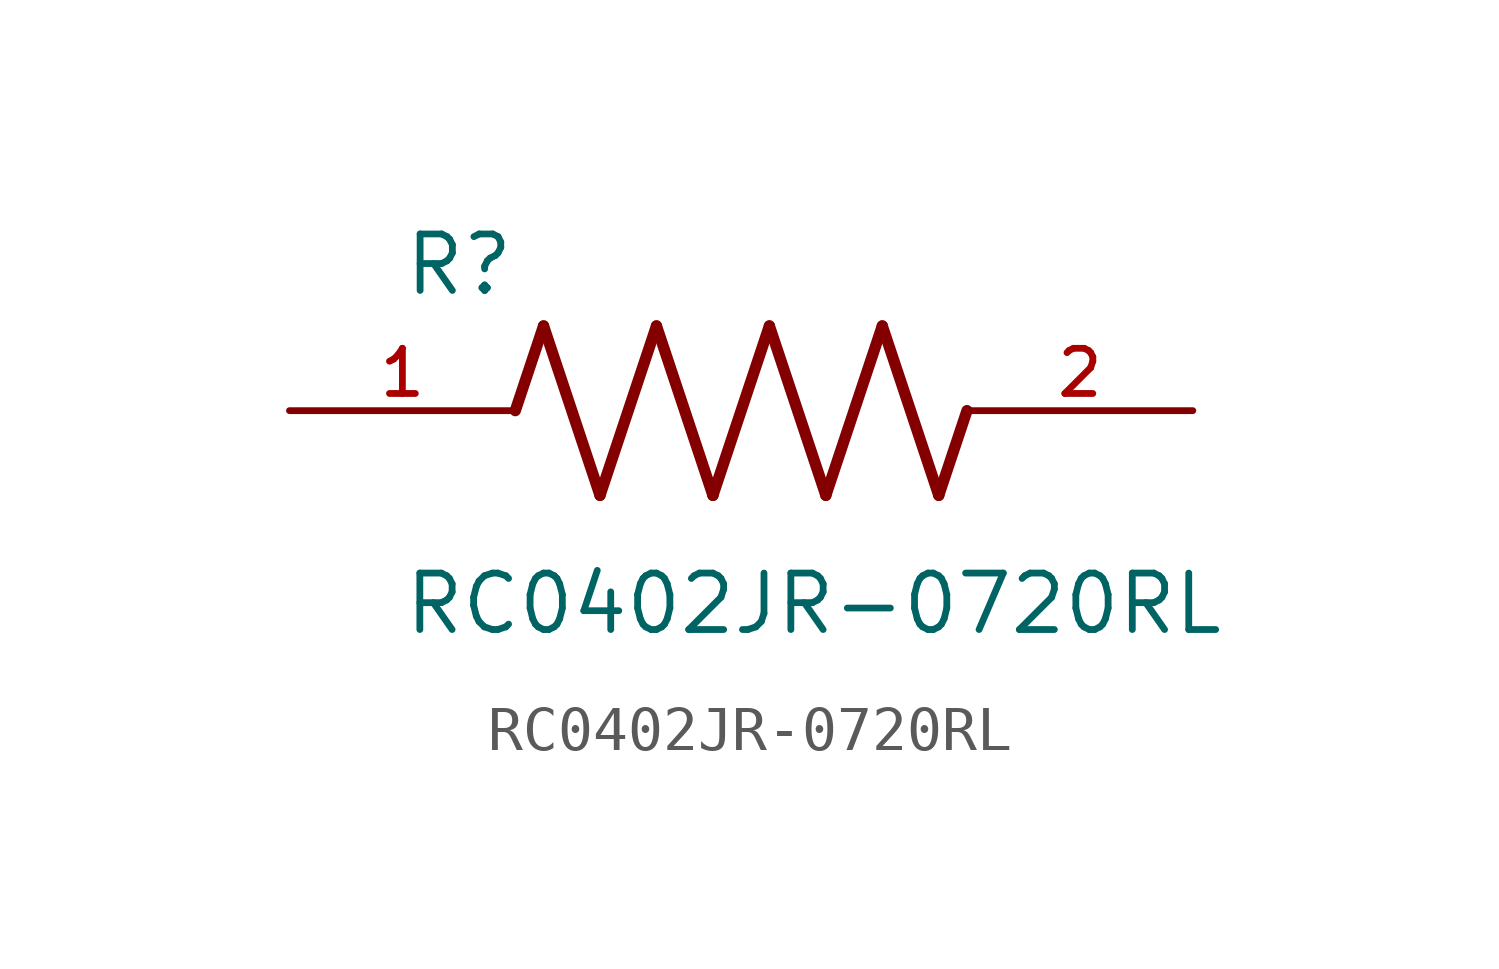
<source format=kicad_sym>
(kicad_symbol_lib
  (version 20211014)
  (generator kicad_symbol_editor)
  (symbol "RC0402JR-0720RL"
    (pin_names
      (offset 1.016))
    (property "Reference" "R"
      (at -7.624 2.541 0)
      (effects (font (size 1.27 1.27)) (justify bottom left)))
    (property "Value" "RC0402JR-0720RL"
      (at -7.63 -5.087 0)
      (effects (font (size 1.27 1.27)) (justify bottom left)))
    (symbol "RC0402JR-0720RL_0_0"
      (polyline (pts (xy -5.08 0.0) (xy -4.445 1.905)) (stroke (width 0.254)))
      (polyline (pts (xy -4.445 1.905) (xy -3.175 -1.905)) (stroke (width 0.254)))
      (polyline (pts (xy -3.175 -1.905) (xy -1.905 1.905)) (stroke (width 0.254)))
      (polyline (pts (xy -1.905 1.905) (xy -0.635 -1.905)) (stroke (width 0.254)))
      (polyline (pts (xy -0.635 -1.905) (xy 0.635 1.905)) (stroke (width 0.254)))
      (polyline (pts (xy 0.635 1.905) (xy 1.905 -1.905)) (stroke (width 0.254)))
      (polyline (pts (xy 1.905 -1.905) (xy 3.175 1.905)) (stroke (width 0.254)))
      (polyline (pts (xy 3.175 1.905) (xy 4.445 -1.905)) (stroke (width 0.254)))
      (polyline (pts (xy 4.445 -1.905) (xy 5.08 0.0)) (stroke (width 0.254)))
      (pin passive line (at -10.16 0.0 0) (length 5.08) (name "~" (effects (font (size 1.016 1.016)))) (number "1" (effects (font (size 1.016 1.016)))))
      (pin passive line (at 10.16 0.0 180.0) (length 5.08) (name "~" (effects (font (size 1.016 1.016)))) (number "2" (effects (font (size 1.016 1.016))))))))
</source>
